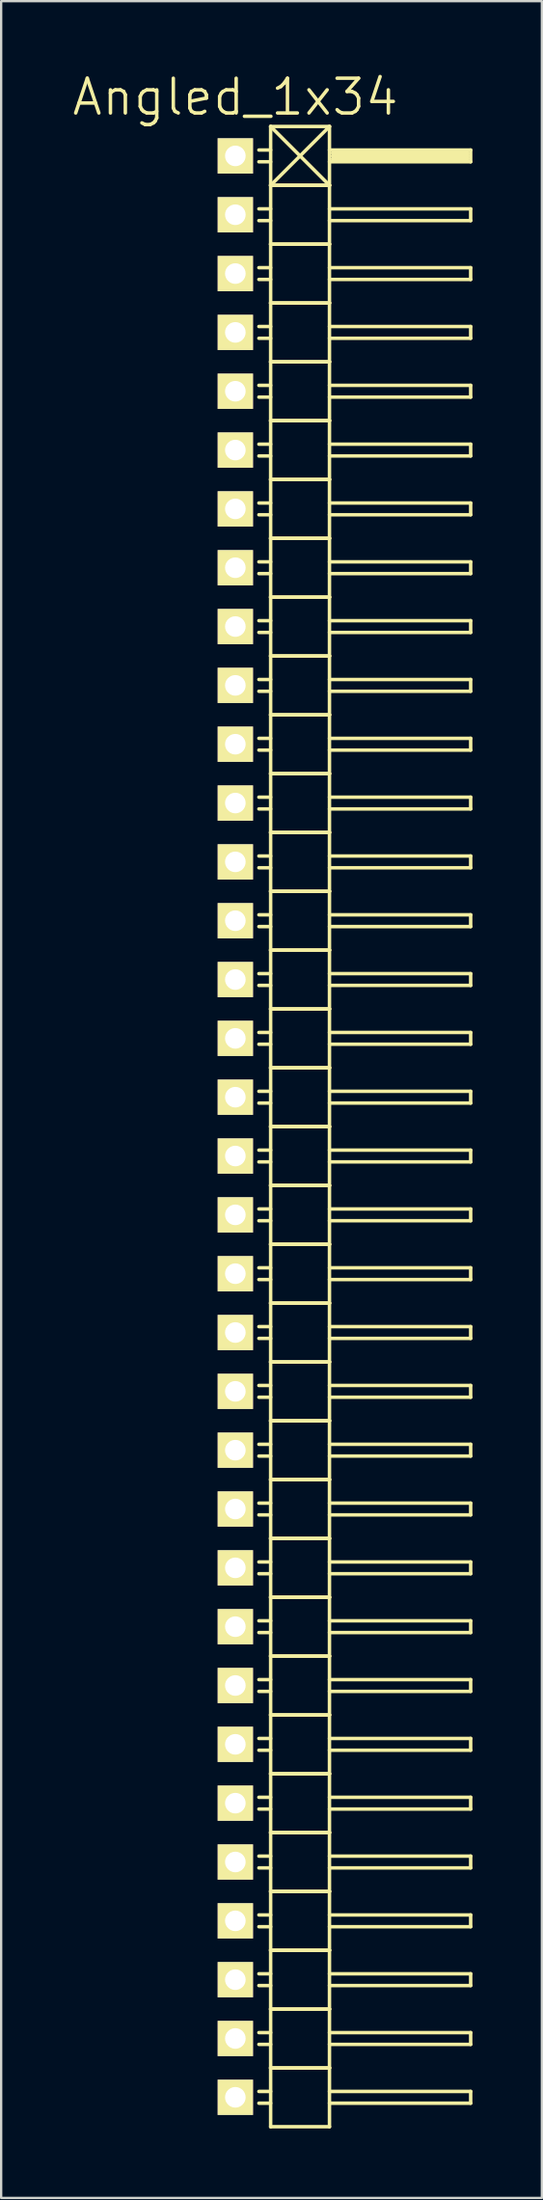
<source format=kicad_pcb>
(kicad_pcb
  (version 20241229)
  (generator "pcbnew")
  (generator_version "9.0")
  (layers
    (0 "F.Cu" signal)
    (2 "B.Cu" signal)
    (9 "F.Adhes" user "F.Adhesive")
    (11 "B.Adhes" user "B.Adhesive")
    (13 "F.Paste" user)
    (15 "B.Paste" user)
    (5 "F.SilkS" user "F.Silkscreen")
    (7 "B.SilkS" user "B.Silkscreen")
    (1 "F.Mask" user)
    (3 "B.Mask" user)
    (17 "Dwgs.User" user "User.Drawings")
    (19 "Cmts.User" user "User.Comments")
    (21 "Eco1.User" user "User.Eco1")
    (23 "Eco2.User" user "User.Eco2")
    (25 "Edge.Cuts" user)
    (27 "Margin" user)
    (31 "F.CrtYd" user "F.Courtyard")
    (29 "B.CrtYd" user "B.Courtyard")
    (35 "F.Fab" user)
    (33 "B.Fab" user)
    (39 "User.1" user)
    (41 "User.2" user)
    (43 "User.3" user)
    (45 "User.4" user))
  (footprint "Angled_1x34"
    (layer "F.Cu")
    (at 7.111 45.591)
    (property "Reference" "Angled_1x34" (at 0 -44.45 0) (layer "F.SilkS") (effects (font (size 1.5 1.5) (thickness 0.15))))
    (attr through_hole)
    (fp_line (start 1.524 -43.18) (end 1.524 -40.64) (stroke (width 0.15) (type solid)) (layer "F.SilkS"))
    (fp_line (start 1.524 -43.18) (end 4.064 -43.18) (stroke (width 0.15) (type solid)) (layer "F.SilkS"))
    (fp_line (start 1.524 -42.164) (end 1.016 -42.164) (stroke (width 0.15) (type solid)) (layer "F.SilkS"))
    (fp_line (start 1.524 -41.656) (end 1.016 -41.656) (stroke (width 0.15) (type solid)) (layer "F.SilkS"))
    (fp_line (start 1.524 -40.64) (end 1.524 -38.1) (stroke (width 0.15) (type solid)) (layer "F.SilkS"))
    (fp_line (start 1.524 -40.64) (end 4.064 -40.64) (stroke (width 0.15) (type solid)) (layer "F.SilkS"))
    (fp_line (start 1.524 -40.64) (end 4.064 -40.64) (stroke (width 0.15) (type solid)) (layer "F.SilkS"))
    (fp_line (start 1.524 -39.624) (end 1.016 -39.624) (stroke (width 0.15) (type solid)) (layer "F.SilkS"))
    (fp_line (start 1.524 -39.116) (end 1.016 -39.116) (stroke (width 0.15) (type solid)) (layer "F.SilkS"))
    (fp_line (start 1.524 -38.1) (end 1.524 -35.56) (stroke (width 0.15) (type solid)) (layer "F.SilkS"))
    (fp_line (start 1.524 -38.1) (end 4.064 -38.1) (stroke (width 0.15) (type solid)) (layer "F.SilkS"))
    (fp_line (start 1.524 -38.1) (end 4.064 -38.1) (stroke (width 0.15) (type solid)) (layer "F.SilkS"))
    (fp_line (start 1.524 -37.084) (end 1.016 -37.084) (stroke (width 0.15) (type solid)) (layer "F.SilkS"))
    (fp_line (start 1.524 -36.576) (end 1.016 -36.576) (stroke (width 0.15) (type solid)) (layer "F.SilkS"))
    (fp_line (start 1.524 -35.56) (end 1.524 -33.02) (stroke (width 0.15) (type solid)) (layer "F.SilkS"))
    (fp_line (start 1.524 -35.56) (end 4.064 -35.56) (stroke (width 0.15) (type solid)) (layer "F.SilkS"))
    (fp_line (start 1.524 -35.56) (end 4.064 -35.56) (stroke (width 0.15) (type solid)) (layer "F.SilkS"))
    (fp_line (start 1.524 -34.544) (end 1.016 -34.544) (stroke (width 0.15) (type solid)) (layer "F.SilkS"))
    (fp_line (start 1.524 -34.036) (end 1.016 -34.036) (stroke (width 0.15) (type solid)) (layer "F.SilkS"))
    (fp_line (start 1.524 -33.02) (end 1.524 -30.48) (stroke (width 0.15) (type solid)) (layer "F.SilkS"))
    (fp_line (start 1.524 -33.02) (end 4.064 -33.02) (stroke (width 0.15) (type solid)) (layer "F.SilkS"))
    (fp_line (start 1.524 -33.02) (end 4.064 -33.02) (stroke (width 0.15) (type solid)) (layer "F.SilkS"))
    (fp_line (start 1.524 -32.004) (end 1.016 -32.004) (stroke (width 0.15) (type solid)) (layer "F.SilkS"))
    (fp_line (start 1.524 -31.496) (end 1.016 -31.496) (stroke (width 0.15) (type solid)) (layer "F.SilkS"))
    (fp_line (start 1.524 -30.48) (end 1.524 -27.94) (stroke (width 0.15) (type solid)) (layer "F.SilkS"))
    (fp_line (start 1.524 -30.48) (end 4.064 -30.48) (stroke (width 0.15) (type solid)) (layer "F.SilkS"))
    (fp_line (start 1.524 -30.48) (end 4.064 -30.48) (stroke (width 0.15) (type solid)) (layer "F.SilkS"))
    (fp_line (start 1.524 -29.464) (end 1.016 -29.464) (stroke (width 0.15) (type solid)) (layer "F.SilkS"))
    (fp_line (start 1.524 -28.956) (end 1.016 -28.956) (stroke (width 0.15) (type solid)) (layer "F.SilkS"))
    (fp_line (start 1.524 -27.94) (end 1.524 -25.4) (stroke (width 0.15) (type solid)) (layer "F.SilkS"))
    (fp_line (start 1.524 -27.94) (end 4.064 -27.94) (stroke (width 0.15) (type solid)) (layer "F.SilkS"))
    (fp_line (start 1.524 -27.94) (end 4.064 -27.94) (stroke (width 0.15) (type solid)) (layer "F.SilkS"))
    (fp_line (start 1.524 -26.924) (end 1.016 -26.924) (stroke (width 0.15) (type solid)) (layer "F.SilkS"))
    (fp_line (start 1.524 -26.416) (end 1.016 -26.416) (stroke (width 0.15) (type solid)) (layer "F.SilkS"))
    (fp_line (start 1.524 -25.4) (end 1.524 -22.86) (stroke (width 0.15) (type solid)) (layer "F.SilkS"))
    (fp_line (start 1.524 -25.4) (end 4.064 -25.4) (stroke (width 0.15) (type solid)) (layer "F.SilkS"))
    (fp_line (start 1.524 -25.4) (end 4.064 -25.4) (stroke (width 0.15) (type solid)) (layer "F.SilkS"))
    (fp_line (start 1.524 -24.384) (end 1.016 -24.384) (stroke (width 0.15) (type solid)) (layer "F.SilkS"))
    (fp_line (start 1.524 -23.876) (end 1.016 -23.876) (stroke (width 0.15) (type solid)) (layer "F.SilkS"))
    (fp_line (start 1.524 -22.86) (end 1.524 -20.32) (stroke (width 0.15) (type solid)) (layer "F.SilkS"))
    (fp_line (start 1.524 -22.86) (end 4.064 -22.86) (stroke (width 0.15) (type solid)) (layer "F.SilkS"))
    (fp_line (start 1.524 -22.86) (end 4.064 -22.86) (stroke (width 0.15) (type solid)) (layer "F.SilkS"))
    (fp_line (start 1.524 -21.844) (end 1.016 -21.844) (stroke (width 0.15) (type solid)) (layer "F.SilkS"))
    (fp_line (start 1.524 -21.336) (end 1.016 -21.336) (stroke (width 0.15) (type solid)) (layer "F.SilkS"))
    (fp_line (start 1.524 -20.32) (end 1.524 -17.78) (stroke (width 0.15) (type solid)) (layer "F.SilkS"))
    (fp_line (start 1.524 -20.32) (end 4.064 -20.32) (stroke (width 0.15) (type solid)) (layer "F.SilkS"))
    (fp_line (start 1.524 -20.32) (end 4.064 -20.32) (stroke (width 0.15) (type solid)) (layer "F.SilkS"))
    (fp_line (start 1.524 -19.304) (end 1.016 -19.304) (stroke (width 0.15) (type solid)) (layer "F.SilkS"))
    (fp_line (start 1.524 -18.796) (end 1.016 -18.796) (stroke (width 0.15) (type solid)) (layer "F.SilkS"))
    (fp_line (start 1.524 -17.78) (end 1.524 -15.24) (stroke (width 0.15) (type solid)) (layer "F.SilkS"))
    (fp_line (start 1.524 -17.78) (end 4.064 -17.78) (stroke (width 0.15) (type solid)) (layer "F.SilkS"))
    (fp_line (start 1.524 -17.78) (end 4.064 -17.78) (stroke (width 0.15) (type solid)) (layer "F.SilkS"))
    (fp_line (start 1.524 -16.764) (end 1.016 -16.764) (stroke (width 0.15) (type solid)) (layer "F.SilkS"))
    (fp_line (start 1.524 -16.256) (end 1.016 -16.256) (stroke (width 0.15) (type solid)) (layer "F.SilkS"))
    (fp_line (start 1.524 -15.24) (end 1.524 -12.7) (stroke (width 0.15) (type solid)) (layer "F.SilkS"))
    (fp_line (start 1.524 -15.24) (end 4.064 -15.24) (stroke (width 0.15) (type solid)) (layer "F.SilkS"))
    (fp_line (start 1.524 -15.24) (end 4.064 -15.24) (stroke (width 0.15) (type solid)) (layer "F.SilkS"))
    (fp_line (start 1.524 -14.224) (end 1.016 -14.224) (stroke (width 0.15) (type solid)) (layer "F.SilkS"))
    (fp_line (start 1.524 -13.716) (end 1.016 -13.716) (stroke (width 0.15) (type solid)) (layer "F.SilkS"))
    (fp_line (start 1.524 -12.7) (end 1.524 -10.16) (stroke (width 0.15) (type solid)) (layer "F.SilkS"))
    (fp_line (start 1.524 -12.7) (end 4.064 -12.7) (stroke (width 0.15) (type solid)) (layer "F.SilkS"))
    (fp_line (start 1.524 -12.7) (end 4.064 -12.7) (stroke (width 0.15) (type solid)) (layer "F.SilkS"))
    (fp_line (start 1.524 -11.684) (end 1.016 -11.684) (stroke (width 0.15) (type solid)) (layer "F.SilkS"))
    (fp_line (start 1.524 -11.176) (end 1.016 -11.176) (stroke (width 0.15) (type solid)) (layer "F.SilkS"))
    (fp_line (start 1.524 -10.16) (end 1.524 -7.62) (stroke (width 0.15) (type solid)) (layer "F.SilkS"))
    (fp_line (start 1.524 -10.16) (end 4.064 -10.16) (stroke (width 0.15) (type solid)) (layer "F.SilkS"))
    (fp_line (start 1.524 -10.16) (end 4.064 -10.16) (stroke (width 0.15) (type solid)) (layer "F.SilkS"))
    (fp_line (start 1.524 -9.144) (end 1.016 -9.144) (stroke (width 0.15) (type solid)) (layer "F.SilkS"))
    (fp_line (start 1.524 -8.636) (end 1.016 -8.636) (stroke (width 0.15) (type solid)) (layer "F.SilkS"))
    (fp_line (start 1.524 -7.62) (end 1.524 -5.08) (stroke (width 0.15) (type solid)) (layer "F.SilkS"))
    (fp_line (start 1.524 -7.62) (end 4.064 -7.62) (stroke (width 0.15) (type solid)) (layer "F.SilkS"))
    (fp_line (start 1.524 -7.62) (end 4.064 -7.62) (stroke (width 0.15) (type solid)) (layer "F.SilkS"))
    (fp_line (start 1.524 -6.604) (end 1.016 -6.604) (stroke (width 0.15) (type solid)) (layer "F.SilkS"))
    (fp_line (start 1.524 -6.096) (end 1.016 -6.096) (stroke (width 0.15) (type solid)) (layer "F.SilkS"))
    (fp_line (start 1.524 -5.08) (end 1.524 -2.54) (stroke (width 0.15) (type solid)) (layer "F.SilkS"))
    (fp_line (start 1.524 -5.08) (end 4.064 -5.08) (stroke (width 0.15) (type solid)) (layer "F.SilkS"))
    (fp_line (start 1.524 -5.08) (end 4.064 -5.08) (stroke (width 0.15) (type solid)) (layer "F.SilkS"))
    (fp_line (start 1.524 -4.064) (end 1.016 -4.064) (stroke (width 0.15) (type solid)) (layer "F.SilkS"))
    (fp_line (start 1.524 -3.556) (end 1.016 -3.556) (stroke (width 0.15) (type solid)) (layer "F.SilkS"))
    (fp_line (start 1.524 -2.54) (end 1.524 0) (stroke (width 0.15) (type solid)) (layer "F.SilkS"))
    (fp_line (start 1.524 -2.54) (end 4.064 -2.54) (stroke (width 0.15) (type solid)) (layer "F.SilkS"))
    (fp_line (start 1.524 -2.54) (end 4.064 -2.54) (stroke (width 0.15) (type solid)) (layer "F.SilkS"))
    (fp_line (start 1.524 -1.524) (end 1.016 -1.524) (stroke (width 0.15) (type solid)) (layer "F.SilkS"))
    (fp_line (start 1.524 -1.016) (end 1.016 -1.016) (stroke (width 0.15) (type solid)) (layer "F.SilkS"))
    (fp_line (start 1.524 0) (end 1.524 2.54) (stroke (width 0.15) (type solid)) (layer "F.SilkS"))
    (fp_line (start 1.524 0) (end 4.064 0) (stroke (width 0.15) (type solid)) (layer "F.SilkS"))
    (fp_line (start 1.524 0) (end 4.064 0) (stroke (width 0.15) (type solid)) (layer "F.SilkS"))
    (fp_line (start 1.524 1.016) (end 1.016 1.016) (stroke (width 0.15) (type solid)) (layer "F.SilkS"))
    (fp_line (start 1.524 1.524) (end 1.016 1.524) (stroke (width 0.15) (type solid)) (layer "F.SilkS"))
    (fp_line (start 1.524 2.54) (end 1.524 5.08) (stroke (width 0.15) (type solid)) (layer "F.SilkS"))
    (fp_line (start 1.524 2.54) (end 4.064 2.54) (stroke (width 0.15) (type solid)) (layer "F.SilkS"))
    (fp_line (start 1.524 2.54) (end 4.064 2.54) (stroke (width 0.15) (type solid)) (layer "F.SilkS"))
    (fp_line (start 1.524 3.556) (end 1.016 3.556) (stroke (width 0.15) (type solid)) (layer "F.SilkS"))
    (fp_line (start 1.524 4.064) (end 1.016 4.064) (stroke (width 0.15) (type solid)) (layer "F.SilkS"))
    (fp_line (start 1.524 5.08) (end 1.524 7.62) (stroke (width 0.15) (type solid)) (layer "F.SilkS"))
    (fp_line (start 1.524 5.08) (end 4.064 5.08) (stroke (width 0.15) (type solid)) (layer "F.SilkS"))
    (fp_line (start 1.524 5.08) (end 4.064 5.08) (stroke (width 0.15) (type solid)) (layer "F.SilkS"))
    (fp_line (start 1.524 6.096) (end 1.016 6.096) (stroke (width 0.15) (type solid)) (layer "F.SilkS"))
    (fp_line (start 1.524 6.604) (end 1.016 6.604) (stroke (width 0.15) (type solid)) (layer "F.SilkS"))
    (fp_line (start 1.524 7.62) (end 1.524 10.16) (stroke (width 0.15) (type solid)) (layer "F.SilkS"))
    (fp_line (start 1.524 7.62) (end 4.064 7.62) (stroke (width 0.15) (type solid)) (layer "F.SilkS"))
    (fp_line (start 1.524 7.62) (end 4.064 7.62) (stroke (width 0.15) (type solid)) (layer "F.SilkS"))
    (fp_line (start 1.524 8.636) (end 1.016 8.636) (stroke (width 0.15) (type solid)) (layer "F.SilkS"))
    (fp_line (start 1.524 9.144) (end 1.016 9.144) (stroke (width 0.15) (type solid)) (layer "F.SilkS"))
    (fp_line (start 1.524 10.16) (end 1.524 12.7) (stroke (width 0.15) (type solid)) (layer "F.SilkS"))
    (fp_line (start 1.524 10.16) (end 4.064 10.16) (stroke (width 0.15) (type solid)) (layer "F.SilkS"))
    (fp_line (start 1.524 10.16) (end 4.064 10.16) (stroke (width 0.15) (type solid)) (layer "F.SilkS"))
    (fp_line (start 1.524 11.176) (end 1.016 11.176) (stroke (width 0.15) (type solid)) (layer "F.SilkS"))
    (fp_line (start 1.524 11.684) (end 1.016 11.684) (stroke (width 0.15) (type solid)) (layer "F.SilkS"))
    (fp_line (start 1.524 12.7) (end 1.524 15.24) (stroke (width 0.15) (type solid)) (layer "F.SilkS"))
    (fp_line (start 1.524 12.7) (end 4.064 12.7) (stroke (width 0.15) (type solid)) (layer "F.SilkS"))
    (fp_line (start 1.524 12.7) (end 4.064 12.7) (stroke (width 0.15) (type solid)) (layer "F.SilkS"))
    (fp_line (start 1.524 13.716) (end 1.016 13.716) (stroke (width 0.15) (type solid)) (layer "F.SilkS"))
    (fp_line (start 1.524 14.224) (end 1.016 14.224) (stroke (width 0.15) (type solid)) (layer "F.SilkS"))
    (fp_line (start 1.524 15.24) (end 1.524 17.78) (stroke (width 0.15) (type solid)) (layer "F.SilkS"))
    (fp_line (start 1.524 15.24) (end 4.064 15.24) (stroke (width 0.15) (type solid)) (layer "F.SilkS"))
    (fp_line (start 1.524 15.24) (end 4.064 15.24) (stroke (width 0.15) (type solid)) (layer "F.SilkS"))
    (fp_line (start 1.524 16.256) (end 1.016 16.256) (stroke (width 0.15) (type solid)) (layer "F.SilkS"))
    (fp_line (start 1.524 16.764) (end 1.016 16.764) (stroke (width 0.15) (type solid)) (layer "F.SilkS"))
    (fp_line (start 1.524 17.78) (end 1.524 20.32) (stroke (width 0.15) (type solid)) (layer "F.SilkS"))
    (fp_line (start 1.524 17.78) (end 4.064 17.78) (stroke (width 0.15) (type solid)) (layer "F.SilkS"))
    (fp_line (start 1.524 17.78) (end 4.064 17.78) (stroke (width 0.15) (type solid)) (layer "F.SilkS"))
    (fp_line (start 1.524 18.796) (end 1.016 18.796) (stroke (width 0.15) (type solid)) (layer "F.SilkS"))
    (fp_line (start 1.524 19.304) (end 1.016 19.304) (stroke (width 0.15) (type solid)) (layer "F.SilkS"))
    (fp_line (start 1.524 20.32) (end 1.524 22.86) (stroke (width 0.15) (type solid)) (layer "F.SilkS"))
    (fp_line (start 1.524 20.32) (end 4.064 20.32) (stroke (width 0.15) (type solid)) (layer "F.SilkS"))
    (fp_line (start 1.524 20.32) (end 4.064 20.32) (stroke (width 0.15) (type solid)) (layer "F.SilkS"))
    (fp_line (start 1.524 21.336) (end 1.016 21.336) (stroke (width 0.15) (type solid)) (layer "F.SilkS"))
    (fp_line (start 1.524 21.844) (end 1.016 21.844) (stroke (width 0.15) (type solid)) (layer "F.SilkS"))
    (fp_line (start 1.524 22.86) (end 1.524 25.4) (stroke (width 0.15) (type solid)) (layer "F.SilkS"))
    (fp_line (start 1.524 22.86) (end 4.064 22.86) (stroke (width 0.15) (type solid)) (layer "F.SilkS"))
    (fp_line (start 1.524 22.86) (end 4.064 22.86) (stroke (width 0.15) (type solid)) (layer "F.SilkS"))
    (fp_line (start 1.524 23.876) (end 1.016 23.876) (stroke (width 0.15) (type solid)) (layer "F.SilkS"))
    (fp_line (start 1.524 24.384) (end 1.016 24.384) (stroke (width 0.15) (type solid)) (layer "F.SilkS"))
    (fp_line (start 1.524 25.4) (end 1.524 27.94) (stroke (width 0.15) (type solid)) (layer "F.SilkS"))
    (fp_line (start 1.524 25.4) (end 4.064 25.4) (stroke (width 0.15) (type solid)) (layer "F.SilkS"))
    (fp_line (start 1.524 25.4) (end 4.064 25.4) (stroke (width 0.15) (type solid)) (layer "F.SilkS"))
    (fp_line (start 1.524 26.416) (end 1.016 26.416) (stroke (width 0.15) (type solid)) (layer "F.SilkS"))
    (fp_line (start 1.524 26.924) (end 1.016 26.924) (stroke (width 0.15) (type solid)) (layer "F.SilkS"))
    (fp_line (start 1.524 27.94) (end 1.524 30.48) (stroke (width 0.15) (type solid)) (layer "F.SilkS"))
    (fp_line (start 1.524 27.94) (end 4.064 27.94) (stroke (width 0.15) (type solid)) (layer "F.SilkS"))
    (fp_line (start 1.524 27.94) (end 4.064 27.94) (stroke (width 0.15) (type solid)) (layer "F.SilkS"))
    (fp_line (start 1.524 28.956) (end 1.016 28.956) (stroke (width 0.15) (type solid)) (layer "F.SilkS"))
    (fp_line (start 1.524 29.464) (end 1.016 29.464) (stroke (width 0.15) (type solid)) (layer "F.SilkS"))
    (fp_line (start 1.524 30.48) (end 1.524 33.02) (stroke (width 0.15) (type solid)) (layer "F.SilkS"))
    (fp_line (start 1.524 30.48) (end 4.064 30.48) (stroke (width 0.15) (type solid)) (layer "F.SilkS"))
    (fp_line (start 1.524 30.48) (end 4.064 30.48) (stroke (width 0.15) (type solid)) (layer "F.SilkS"))
    (fp_line (start 1.524 31.496) (end 1.016 31.496) (stroke (width 0.15) (type solid)) (layer "F.SilkS"))
    (fp_line (start 1.524 32.004) (end 1.016 32.004) (stroke (width 0.15) (type solid)) (layer "F.SilkS"))
    (fp_line (start 1.524 33.02) (end 1.524 35.56) (stroke (width 0.15) (type solid)) (layer "F.SilkS"))
    (fp_line (start 1.524 33.02) (end 4.064 33.02) (stroke (width 0.15) (type solid)) (layer "F.SilkS"))
    (fp_line (start 1.524 33.02) (end 4.064 33.02) (stroke (width 0.15) (type solid)) (layer "F.SilkS"))
    (fp_line (start 1.524 34.036) (end 1.016 34.036) (stroke (width 0.15) (type solid)) (layer "F.SilkS"))
    (fp_line (start 1.524 34.544) (end 1.016 34.544) (stroke (width 0.15) (type solid)) (layer "F.SilkS"))
    (fp_line (start 1.524 35.56) (end 1.524 38.1) (stroke (width 0.15) (type solid)) (layer "F.SilkS"))
    (fp_line (start 1.524 35.56) (end 4.064 35.56) (stroke (width 0.15) (type solid)) (layer "F.SilkS"))
    (fp_line (start 1.524 35.56) (end 4.064 35.56) (stroke (width 0.15) (type solid)) (layer "F.SilkS"))
    (fp_line (start 1.524 36.576) (end 1.016 36.576) (stroke (width 0.15) (type solid)) (layer "F.SilkS"))
    (fp_line (start 1.524 37.084) (end 1.016 37.084) (stroke (width 0.15) (type solid)) (layer "F.SilkS"))
    (fp_line (start 1.524 38.1) (end 1.524 40.64) (stroke (width 0.15) (type solid)) (layer "F.SilkS"))
    (fp_line (start 1.524 38.1) (end 4.064 38.1) (stroke (width 0.15) (type solid)) (layer "F.SilkS"))
    (fp_line (start 1.524 38.1) (end 4.064 38.1) (stroke (width 0.15) (type solid)) (layer "F.SilkS"))
    (fp_line (start 1.524 39.116) (end 1.016 39.116) (stroke (width 0.15) (type solid)) (layer "F.SilkS"))
    (fp_line (start 1.524 39.624) (end 1.016 39.624) (stroke (width 0.15) (type solid)) (layer "F.SilkS"))
    (fp_line (start 1.524 40.64) (end 1.524 43.18) (stroke (width 0.15) (type solid)) (layer "F.SilkS"))
    (fp_line (start 1.524 40.64) (end 4.064 40.64) (stroke (width 0.15) (type solid)) (layer "F.SilkS"))
    (fp_line (start 1.524 40.64) (end 4.064 40.64) (stroke (width 0.15) (type solid)) (layer "F.SilkS"))
    (fp_line (start 1.524 41.656) (end 1.016 41.656) (stroke (width 0.15) (type solid)) (layer "F.SilkS"))
    (fp_line (start 1.524 42.164) (end 1.016 42.164) (stroke (width 0.15) (type solid)) (layer "F.SilkS"))
    (fp_line (start 1.524 43.18) (end 4.064 43.18) (stroke (width 0.15) (type solid)) (layer "F.SilkS"))
    (fp_line (start 4.064 -43.18) (end 1.524 -40.64) (stroke (width 0.15) (type solid)) (layer "F.SilkS"))
    (fp_line (start 4.064 -42.164) (end 10.16 -42.164) (stroke (width 0.15) (type solid)) (layer "F.SilkS"))
    (fp_line (start 4.064 -40.64) (end 1.524 -43.18) (stroke (width 0.15) (type solid)) (layer "F.SilkS"))
    (fp_line (start 4.064 -40.64) (end 4.064 -43.18) (stroke (width 0.15) (type solid)) (layer "F.SilkS"))
    (fp_line (start 4.064 -39.624) (end 10.16 -39.624) (stroke (width 0.15) (type solid)) (layer "F.SilkS"))
    (fp_line (start 4.064 -38.1) (end 4.064 -40.64) (stroke (width 0.15) (type solid)) (layer "F.SilkS"))
    (fp_line (start 4.064 -37.084) (end 10.16 -37.084) (stroke (width 0.15) (type solid)) (layer "F.SilkS"))
    (fp_line (start 4.064 -35.56) (end 4.064 -38.1) (stroke (width 0.15) (type solid)) (layer "F.SilkS"))
    (fp_line (start 4.064 -34.544) (end 10.16 -34.544) (stroke (width 0.15) (type solid)) (layer "F.SilkS"))
    (fp_line (start 4.064 -33.02) (end 4.064 -35.56) (stroke (width 0.15) (type solid)) (layer "F.SilkS"))
    (fp_line (start 4.064 -32.004) (end 10.16 -32.004) (stroke (width 0.15) (type solid)) (layer "F.SilkS"))
    (fp_line (start 4.064 -30.48) (end 4.064 -33.02) (stroke (width 0.15) (type solid)) (layer "F.SilkS"))
    (fp_line (start 4.064 -29.464) (end 10.16 -29.464) (stroke (width 0.15) (type solid)) (layer "F.SilkS"))
    (fp_line (start 4.064 -27.94) (end 4.064 -30.48) (stroke (width 0.15) (type solid)) (layer "F.SilkS"))
    (fp_line (start 4.064 -26.924) (end 10.16 -26.924) (stroke (width 0.15) (type solid)) (layer "F.SilkS"))
    (fp_line (start 4.064 -25.4) (end 4.064 -27.94) (stroke (width 0.15) (type solid)) (layer "F.SilkS"))
    (fp_line (start 4.064 -24.384) (end 10.16 -24.384) (stroke (width 0.15) (type solid)) (layer "F.SilkS"))
    (fp_line (start 4.064 -22.86) (end 4.064 -25.4) (stroke (width 0.15) (type solid)) (layer "F.SilkS"))
    (fp_line (start 4.064 -21.844) (end 10.16 -21.844) (stroke (width 0.15) (type solid)) (layer "F.SilkS"))
    (fp_line (start 4.064 -20.32) (end 4.064 -22.86) (stroke (width 0.15) (type solid)) (layer "F.SilkS"))
    (fp_line (start 4.064 -19.304) (end 10.16 -19.304) (stroke (width 0.15) (type solid)) (layer "F.SilkS"))
    (fp_line (start 4.064 -17.78) (end 4.064 -20.32) (stroke (width 0.15) (type solid)) (layer "F.SilkS"))
    (fp_line (start 4.064 -16.764) (end 10.16 -16.764) (stroke (width 0.15) (type solid)) (layer "F.SilkS"))
    (fp_line (start 4.064 -15.24) (end 4.064 -17.78) (stroke (width 0.15) (type solid)) (layer "F.SilkS"))
    (fp_line (start 4.064 -14.224) (end 10.16 -14.224) (stroke (width 0.15) (type solid)) (layer "F.SilkS"))
    (fp_line (start 4.064 -12.7) (end 4.064 -15.24) (stroke (width 0.15) (type solid)) (layer "F.SilkS"))
    (fp_line (start 4.064 -11.684) (end 10.16 -11.684) (stroke (width 0.15) (type solid)) (layer "F.SilkS"))
    (fp_line (start 4.064 -10.16) (end 4.064 -12.7) (stroke (width 0.15) (type solid)) (layer "F.SilkS"))
    (fp_line (start 4.064 -9.144) (end 10.16 -9.144) (stroke (width 0.15) (type solid)) (layer "F.SilkS"))
    (fp_line (start 4.064 -7.62) (end 4.064 -10.16) (stroke (width 0.15) (type solid)) (layer "F.SilkS"))
    (fp_line (start 4.064 -6.604) (end 10.16 -6.604) (stroke (width 0.15) (type solid)) (layer "F.SilkS"))
    (fp_line (start 4.064 -5.08) (end 4.064 -7.62) (stroke (width 0.15) (type solid)) (layer "F.SilkS"))
    (fp_line (start 4.064 -4.064) (end 10.16 -4.064) (stroke (width 0.15) (type solid)) (layer "F.SilkS"))
    (fp_line (start 4.064 -2.54) (end 4.064 -5.08) (stroke (width 0.15) (type solid)) (layer "F.SilkS"))
    (fp_line (start 4.064 -1.524) (end 10.16 -1.524) (stroke (width 0.15) (type solid)) (layer "F.SilkS"))
    (fp_line (start 4.064 0) (end 4.064 -2.54) (stroke (width 0.15) (type solid)) (layer "F.SilkS"))
    (fp_line (start 4.064 1.016) (end 10.16 1.016) (stroke (width 0.15) (type solid)) (layer "F.SilkS"))
    (fp_line (start 4.064 2.54) (end 4.064 0) (stroke (width 0.15) (type solid)) (layer "F.SilkS"))
    (fp_line (start 4.064 3.556) (end 10.16 3.556) (stroke (width 0.15) (type solid)) (layer "F.SilkS"))
    (fp_line (start 4.064 5.08) (end 4.064 2.54) (stroke (width 0.15) (type solid)) (layer "F.SilkS"))
    (fp_line (start 4.064 6.096) (end 10.16 6.096) (stroke (width 0.15) (type solid)) (layer "F.SilkS"))
    (fp_line (start 4.064 7.62) (end 4.064 5.08) (stroke (width 0.15) (type solid)) (layer "F.SilkS"))
    (fp_line (start 4.064 8.636) (end 10.16 8.636) (stroke (width 0.15) (type solid)) (layer "F.SilkS"))
    (fp_line (start 4.064 10.16) (end 4.064 7.62) (stroke (width 0.15) (type solid)) (layer "F.SilkS"))
    (fp_line (start 4.064 11.176) (end 10.16 11.176) (stroke (width 0.15) (type solid)) (layer "F.SilkS"))
    (fp_line (start 4.064 12.7) (end 4.064 10.16) (stroke (width 0.15) (type solid)) (layer "F.SilkS"))
    (fp_line (start 4.064 13.716) (end 10.16 13.716) (stroke (width 0.15) (type solid)) (layer "F.SilkS"))
    (fp_line (start 4.064 15.24) (end 4.064 12.7) (stroke (width 0.15) (type solid)) (layer "F.SilkS"))
    (fp_line (start 4.064 16.256) (end 10.16 16.256) (stroke (width 0.15) (type solid)) (layer "F.SilkS"))
    (fp_line (start 4.064 17.78) (end 4.064 15.24) (stroke (width 0.15) (type solid)) (layer "F.SilkS"))
    (fp_line (start 4.064 18.796) (end 10.16 18.796) (stroke (width 0.15) (type solid)) (layer "F.SilkS"))
    (fp_line (start 4.064 20.32) (end 4.064 17.78) (stroke (width 0.15) (type solid)) (layer "F.SilkS"))
    (fp_line (start 4.064 21.336) (end 10.16 21.336) (stroke (width 0.15) (type solid)) (layer "F.SilkS"))
    (fp_line (start 4.064 22.86) (end 4.064 20.32) (stroke (width 0.15) (type solid)) (layer "F.SilkS"))
    (fp_line (start 4.064 23.876) (end 10.16 23.876) (stroke (width 0.15) (type solid)) (layer "F.SilkS"))
    (fp_line (start 4.064 25.4) (end 4.064 22.86) (stroke (width 0.15) (type solid)) (layer "F.SilkS"))
    (fp_line (start 4.064 26.416) (end 10.16 26.416) (stroke (width 0.15) (type solid)) (layer "F.SilkS"))
    (fp_line (start 4.064 27.94) (end 4.064 25.4) (stroke (width 0.15) (type solid)) (layer "F.SilkS"))
    (fp_line (start 4.064 28.956) (end 10.16 28.956) (stroke (width 0.15) (type solid)) (layer "F.SilkS"))
    (fp_line (start 4.064 30.48) (end 4.064 27.94) (stroke (width 0.15) (type solid)) (layer "F.SilkS"))
    (fp_line (start 4.064 31.496) (end 10.16 31.496) (stroke (width 0.15) (type solid)) (layer "F.SilkS"))
    (fp_line (start 4.064 33.02) (end 4.064 30.48) (stroke (width 0.15) (type solid)) (layer "F.SilkS"))
    (fp_line (start 4.064 34.036) (end 10.16 34.036) (stroke (width 0.15) (type solid)) (layer "F.SilkS"))
    (fp_line (start 4.064 35.56) (end 4.064 33.02) (stroke (width 0.15) (type solid)) (layer "F.SilkS"))
    (fp_line (start 4.064 36.576) (end 10.16 36.576) (stroke (width 0.15) (type solid)) (layer "F.SilkS"))
    (fp_line (start 4.064 38.1) (end 4.064 35.56) (stroke (width 0.15) (type solid)) (layer "F.SilkS"))
    (fp_line (start 4.064 39.116) (end 10.16 39.116) (stroke (width 0.15) (type solid)) (layer "F.SilkS"))
    (fp_line (start 4.064 40.64) (end 4.064 38.1) (stroke (width 0.15) (type solid)) (layer "F.SilkS"))
    (fp_line (start 4.064 41.656) (end 10.16 41.656) (stroke (width 0.15) (type solid)) (layer "F.SilkS"))
    (fp_line (start 4.064 43.18) (end 4.064 40.64) (stroke (width 0.15) (type solid)) (layer "F.SilkS"))
    (fp_line (start 4.191 -42.037) (end 10.033 -42.037) (stroke (width 0.15) (type solid)) (layer "F.SilkS"))
    (fp_line (start 4.191 -41.91) (end 10.033 -41.91) (stroke (width 0.15) (type solid)) (layer "F.SilkS"))
    (fp_line (start 10.033 -42.037) (end 10.033 -41.783) (stroke (width 0.15) (type solid)) (layer "F.SilkS"))
    (fp_line (start 10.033 -41.783) (end 4.191 -41.783) (stroke (width 0.15) (type solid)) (layer "F.SilkS"))
    (fp_line (start 10.16 -42.164) (end 10.16 -41.656) (stroke (width 0.15) (type solid)) (layer "F.SilkS"))
    (fp_line (start 10.16 -41.656) (end 4.064 -41.656) (stroke (width 0.15) (type solid)) (layer "F.SilkS"))
    (fp_line (start 10.16 -39.624) (end 10.16 -39.116) (stroke (width 0.15) (type solid)) (layer "F.SilkS"))
    (fp_line (start 10.16 -39.116) (end 4.064 -39.116) (stroke (width 0.15) (type solid)) (layer "F.SilkS"))
    (fp_line (start 10.16 -37.084) (end 10.16 -36.576) (stroke (width 0.15) (type solid)) (layer "F.SilkS"))
    (fp_line (start 10.16 -36.576) (end 4.064 -36.576) (stroke (width 0.15) (type solid)) (layer "F.SilkS"))
    (fp_line (start 10.16 -34.544) (end 10.16 -34.036) (stroke (width 0.15) (type solid)) (layer "F.SilkS"))
    (fp_line (start 10.16 -34.036) (end 4.064 -34.036) (stroke (width 0.15) (type solid)) (layer "F.SilkS"))
    (fp_line (start 10.16 -32.004) (end 10.16 -31.496) (stroke (width 0.15) (type solid)) (layer "F.SilkS"))
    (fp_line (start 10.16 -31.496) (end 4.064 -31.496) (stroke (width 0.15) (type solid)) (layer "F.SilkS"))
    (fp_line (start 10.16 -29.464) (end 10.16 -28.956) (stroke (width 0.15) (type solid)) (layer "F.SilkS"))
    (fp_line (start 10.16 -28.956) (end 4.064 -28.956) (stroke (width 0.15) (type solid)) (layer "F.SilkS"))
    (fp_line (start 10.16 -26.924) (end 10.16 -26.416) (stroke (width 0.15) (type solid)) (layer "F.SilkS"))
    (fp_line (start 10.16 -26.416) (end 4.064 -26.416) (stroke (width 0.15) (type solid)) (layer "F.SilkS"))
    (fp_line (start 10.16 -24.384) (end 10.16 -23.876) (stroke (width 0.15) (type solid)) (layer "F.SilkS"))
    (fp_line (start 10.16 -23.876) (end 4.064 -23.876) (stroke (width 0.15) (type solid)) (layer "F.SilkS"))
    (fp_line (start 10.16 -21.844) (end 10.16 -21.336) (stroke (width 0.15) (type solid)) (layer "F.SilkS"))
    (fp_line (start 10.16 -21.336) (end 4.064 -21.336) (stroke (width 0.15) (type solid)) (layer "F.SilkS"))
    (fp_line (start 10.16 -19.304) (end 10.16 -18.796) (stroke (width 0.15) (type solid)) (layer "F.SilkS"))
    (fp_line (start 10.16 -18.796) (end 4.064 -18.796) (stroke (width 0.15) (type solid)) (layer "F.SilkS"))
    (fp_line (start 10.16 -16.764) (end 10.16 -16.256) (stroke (width 0.15) (type solid)) (layer "F.SilkS"))
    (fp_line (start 10.16 -16.256) (end 4.064 -16.256) (stroke (width 0.15) (type solid)) (layer "F.SilkS"))
    (fp_line (start 10.16 -14.224) (end 10.16 -13.716) (stroke (width 0.15) (type solid)) (layer "F.SilkS"))
    (fp_line (start 10.16 -13.716) (end 4.064 -13.716) (stroke (width 0.15) (type solid)) (layer "F.SilkS"))
    (fp_line (start 10.16 -11.684) (end 10.16 -11.176) (stroke (width 0.15) (type solid)) (layer "F.SilkS"))
    (fp_line (start 10.16 -11.176) (end 4.064 -11.176) (stroke (width 0.15) (type solid)) (layer "F.SilkS"))
    (fp_line (start 10.16 -9.144) (end 10.16 -8.636) (stroke (width 0.15) (type solid)) (layer "F.SilkS"))
    (fp_line (start 10.16 -8.636) (end 4.064 -8.636) (stroke (width 0.15) (type solid)) (layer "F.SilkS"))
    (fp_line (start 10.16 -6.604) (end 10.16 -6.096) (stroke (width 0.15) (type solid)) (layer "F.SilkS"))
    (fp_line (start 10.16 -6.096) (end 4.064 -6.096) (stroke (width 0.15) (type solid)) (layer "F.SilkS"))
    (fp_line (start 10.16 -4.064) (end 10.16 -3.556) (stroke (width 0.15) (type solid)) (layer "F.SilkS"))
    (fp_line (start 10.16 -3.556) (end 4.064 -3.556) (stroke (width 0.15) (type solid)) (layer "F.SilkS"))
    (fp_line (start 10.16 -1.524) (end 10.16 -1.016) (stroke (width 0.15) (type solid)) (layer "F.SilkS"))
    (fp_line (start 10.16 -1.016) (end 4.064 -1.016) (stroke (width 0.15) (type solid)) (layer "F.SilkS"))
    (fp_line (start 10.16 1.016) (end 10.16 1.524) (stroke (width 0.15) (type solid)) (layer "F.SilkS"))
    (fp_line (start 10.16 1.524) (end 4.064 1.524) (stroke (width 0.15) (type solid)) (layer "F.SilkS"))
    (fp_line (start 10.16 3.556) (end 10.16 4.064) (stroke (width 0.15) (type solid)) (layer "F.SilkS"))
    (fp_line (start 10.16 4.064) (end 4.064 4.064) (stroke (width 0.15) (type solid)) (layer "F.SilkS"))
    (fp_line (start 10.16 6.096) (end 10.16 6.604) (stroke (width 0.15) (type solid)) (layer "F.SilkS"))
    (fp_line (start 10.16 6.604) (end 4.064 6.604) (stroke (width 0.15) (type solid)) (layer "F.SilkS"))
    (fp_line (start 10.16 8.636) (end 10.16 9.144) (stroke (width 0.15) (type solid)) (layer "F.SilkS"))
    (fp_line (start 10.16 9.144) (end 4.064 9.144) (stroke (width 0.15) (type solid)) (layer "F.SilkS"))
    (fp_line (start 10.16 11.176) (end 10.16 11.684) (stroke (width 0.15) (type solid)) (layer "F.SilkS"))
    (fp_line (start 10.16 11.684) (end 4.064 11.684) (stroke (width 0.15) (type solid)) (layer "F.SilkS"))
    (fp_line (start 10.16 13.716) (end 10.16 14.224) (stroke (width 0.15) (type solid)) (layer "F.SilkS"))
    (fp_line (start 10.16 14.224) (end 4.064 14.224) (stroke (width 0.15) (type solid)) (layer "F.SilkS"))
    (fp_line (start 10.16 16.256) (end 10.16 16.764) (stroke (width 0.15) (type solid)) (layer "F.SilkS"))
    (fp_line (start 10.16 16.764) (end 4.064 16.764) (stroke (width 0.15) (type solid)) (layer "F.SilkS"))
    (fp_line (start 10.16 18.796) (end 10.16 19.304) (stroke (width 0.15) (type solid)) (layer "F.SilkS"))
    (fp_line (start 10.16 19.304) (end 4.064 19.304) (stroke (width 0.15) (type solid)) (layer "F.SilkS"))
    (fp_line (start 10.16 21.336) (end 10.16 21.844) (stroke (width 0.15) (type solid)) (layer "F.SilkS"))
    (fp_line (start 10.16 21.844) (end 4.064 21.844) (stroke (width 0.15) (type solid)) (layer "F.SilkS"))
    (fp_line (start 10.16 23.876) (end 10.16 24.384) (stroke (width 0.15) (type solid)) (layer "F.SilkS"))
    (fp_line (start 10.16 24.384) (end 4.064 24.384) (stroke (width 0.15) (type solid)) (layer "F.SilkS"))
    (fp_line (start 10.16 26.416) (end 10.16 26.924) (stroke (width 0.15) (type solid)) (layer "F.SilkS"))
    (fp_line (start 10.16 26.924) (end 4.064 26.924) (stroke (width 0.15) (type solid)) (layer "F.SilkS"))
    (fp_line (start 10.16 28.956) (end 10.16 29.464) (stroke (width 0.15) (type solid)) (layer "F.SilkS"))
    (fp_line (start 10.16 29.464) (end 4.064 29.464) (stroke (width 0.15) (type solid)) (layer "F.SilkS"))
    (fp_line (start 10.16 31.496) (end 10.16 32.004) (stroke (width 0.15) (type solid)) (layer "F.SilkS"))
    (fp_line (start 10.16 32.004) (end 4.064 32.004) (stroke (width 0.15) (type solid)) (layer "F.SilkS"))
    (fp_line (start 10.16 34.036) (end 10.16 34.544) (stroke (width 0.15) (type solid)) (layer "F.SilkS"))
    (fp_line (start 10.16 34.544) (end 4.064 34.544) (stroke (width 0.15) (type solid)) (layer "F.SilkS"))
    (fp_line (start 10.16 36.576) (end 10.16 37.084) (stroke (width 0.15) (type solid)) (layer "F.SilkS"))
    (fp_line (start 10.16 37.084) (end 4.064 37.084) (stroke (width 0.15) (type solid)) (layer "F.SilkS"))
    (fp_line (start 10.16 39.116) (end 10.16 39.624) (stroke (width 0.15) (type solid)) (layer "F.SilkS"))
    (fp_line (start 10.16 39.624) (end 4.064 39.624) (stroke (width 0.15) (type solid)) (layer "F.SilkS"))
    (fp_line (start 10.16 41.656) (end 10.16 42.164) (stroke (width 0.15) (type solid)) (layer "F.SilkS"))
    (fp_line (start 10.16 42.164) (end 4.064 42.164) (stroke (width 0.15) (type solid)) (layer "F.SilkS"))
    (pad "1" thru_hole rect (at 0 -41.91) (size 1.524 1.524) (drill 0.889) (layers "*.Cu" "*.Mask" "F.SilkS"))
    (pad "2" thru_hole rect (at 0 -39.37) (size 1.524 1.524) (drill 0.889) (layers "*.Cu" "*.Mask" "F.SilkS"))
    (pad "3" thru_hole rect (at 0 -36.83) (size 1.524 1.524) (drill 0.889) (layers "*.Cu" "*.Mask" "F.SilkS"))
    (pad "4" thru_hole rect (at 0 -34.29) (size 1.524 1.524) (drill 0.889) (layers "*.Cu" "*.Mask" "F.SilkS"))
    (pad "5" thru_hole rect (at 0 -31.75) (size 1.524 1.524) (drill 0.889) (layers "*.Cu" "*.Mask" "F.SilkS"))
    (pad "6" thru_hole rect (at 0 -29.21) (size 1.524 1.524) (drill 0.889) (layers "*.Cu" "*.Mask" "F.SilkS"))
    (pad "7" thru_hole rect (at 0 -26.67) (size 1.524 1.524) (drill 0.889) (layers "*.Cu" "*.Mask" "F.SilkS"))
    (pad "8" thru_hole rect (at 0 -24.13) (size 1.524 1.524) (drill 0.889) (layers "*.Cu" "*.Mask" "F.SilkS"))
    (pad "9" thru_hole rect (at 0 -21.59) (size 1.524 1.524) (drill 0.889) (layers "*.Cu" "*.Mask" "F.SilkS"))
    (pad "10" thru_hole rect (at 0 -19.05) (size 1.524 1.524) (drill 0.889) (layers "*.Cu" "*.Mask" "F.SilkS"))
    (pad "11" thru_hole rect (at 0 -16.51) (size 1.524 1.524) (drill 0.889) (layers "*.Cu" "*.Mask" "F.SilkS"))
    (pad "12" thru_hole rect (at 0 -13.97) (size 1.524 1.524) (drill 0.889) (layers "*.Cu" "*.Mask" "F.SilkS"))
    (pad "13" thru_hole rect (at 0 -11.43) (size 1.524 1.524) (drill 0.889) (layers "*.Cu" "*.Mask" "F.SilkS"))
    (pad "14" thru_hole rect (at 0 -8.89) (size 1.524 1.524) (drill 0.889) (layers "*.Cu" "*.Mask" "F.SilkS"))
    (pad "15" thru_hole rect (at 0 -6.35) (size 1.524 1.524) (drill 0.889) (layers "*.Cu" "*.Mask" "F.SilkS"))
    (pad "16" thru_hole rect (at 0 -3.81) (size 1.524 1.524) (drill 0.889) (layers "*.Cu" "*.Mask" "F.SilkS"))
    (pad "17" thru_hole rect (at 0 -1.27) (size 1.524 1.524) (drill 0.889) (layers "*.Cu" "*.Mask" "F.SilkS"))
    (pad "18" thru_hole rect (at 0 1.27) (size 1.524 1.524) (drill 0.889) (layers "*.Cu" "*.Mask" "F.SilkS"))
    (pad "19" thru_hole rect (at 0 3.81) (size 1.524 1.524) (drill 0.889) (layers "*.Cu" "*.Mask" "F.SilkS"))
    (pad "20" thru_hole rect (at 0 6.35) (size 1.524 1.524) (drill 0.889) (layers "*.Cu" "*.Mask" "F.SilkS"))
    (pad "21" thru_hole rect (at 0 8.89) (size 1.524 1.524) (drill 0.889) (layers "*.Cu" "*.Mask" "F.SilkS"))
    (pad "22" thru_hole rect (at 0 11.43) (size 1.524 1.524) (drill 0.889) (layers "*.Cu" "*.Mask" "F.SilkS"))
    (pad "23" thru_hole rect (at 0 13.97) (size 1.524 1.524) (drill 0.889) (layers "*.Cu" "*.Mask" "F.SilkS"))
    (pad "24" thru_hole rect (at 0 16.51) (size 1.524 1.524) (drill 0.889) (layers "*.Cu" "*.Mask" "F.SilkS"))
    (pad "25" thru_hole rect (at 0 19.05) (size 1.524 1.524) (drill 0.889) (layers "*.Cu" "*.Mask" "F.SilkS"))
    (pad "26" thru_hole rect (at 0 21.59) (size 1.524 1.524) (drill 0.889) (layers "*.Cu" "*.Mask" "F.SilkS"))
    (pad "27" thru_hole rect (at 0 24.13) (size 1.524 1.524) (drill 0.889) (layers "*.Cu" "*.Mask" "F.SilkS"))
    (pad "28" thru_hole rect (at 0 26.67) (size 1.524 1.524) (drill 0.889) (layers "*.Cu" "*.Mask" "F.SilkS"))
    (pad "29" thru_hole rect (at 0 29.21) (size 1.524 1.524) (drill 0.889) (layers "*.Cu" "*.Mask" "F.SilkS"))
    (pad "30" thru_hole rect (at 0 31.75) (size 1.524 1.524) (drill 0.889) (layers "*.Cu" "*.Mask" "F.SilkS"))
    (pad "31" thru_hole rect (at 0 34.29) (size 1.524 1.524) (drill 0.889) (layers "*.Cu" "*.Mask" "F.SilkS"))
    (pad "32" thru_hole rect (at 0 36.83) (size 1.524 1.524) (drill 0.889) (layers "*.Cu" "*.Mask" "F.SilkS"))
    (pad "33" thru_hole rect (at 0 39.37) (size 1.524 1.524) (drill 0.889) (layers "*.Cu" "*.Mask" "F.SilkS"))
    (pad "34" thru_hole rect (at 0 41.91) (size 1.524 1.524) (drill 0.889) (layers "*.Cu" "*.Mask" "F.SilkS")))
  (gr_rect
    (start -3 -3)
    (end 20.346 91.846)
    (stroke (width 0.1) (type default))
    (fill no)
    (layer "Edge.Cuts")))
</source>
